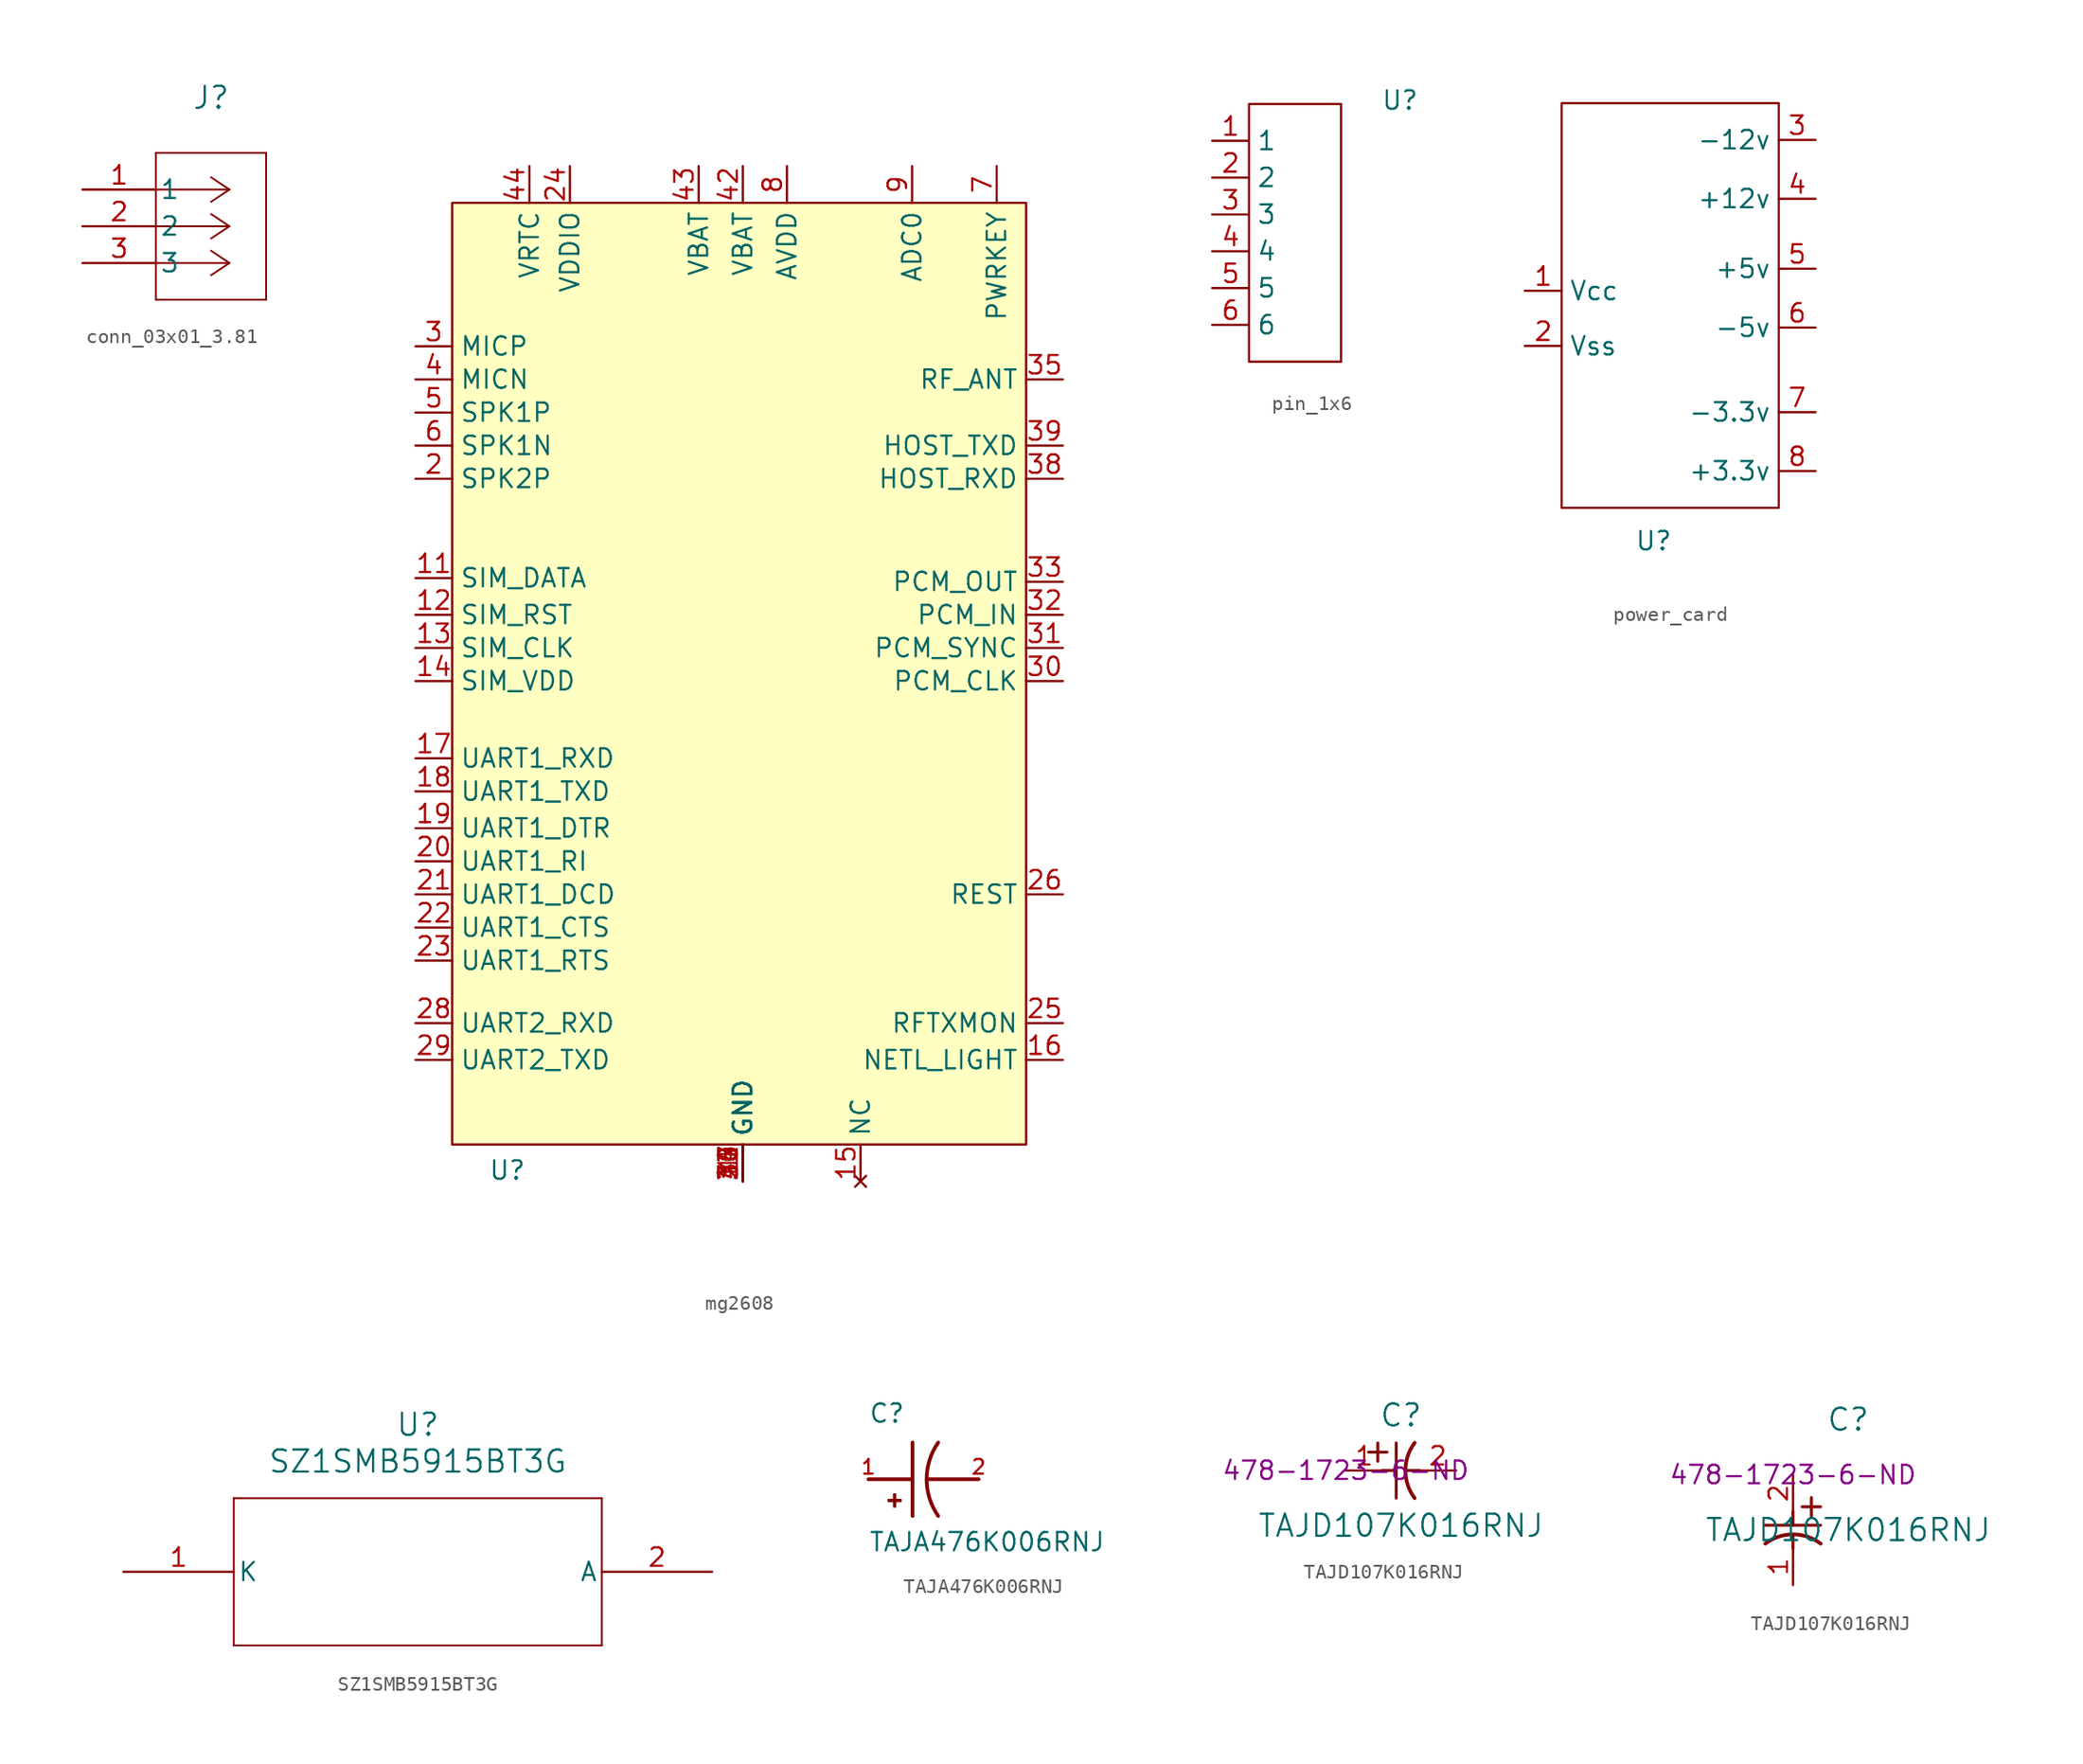
<source format=kicad_sym>
(kicad_symbol_lib
  (version 20231120)
  (generator "kicad_symbol_editor")
  (generator_version "8.0")
  (symbol "conn_03x01_3.81"
    (pin_names
      (offset 0.254))
    (property "Reference" "J"
      (at 8.89 6.35 0)
      (effects (font (size 1.524 1.524))))
    (property "Value" ""
      (at 0 0 0)
      (effects (font (size 1.524 1.524))))
    (symbol "conn_03x01_3.81_0_1"
      (polyline (pts (xy 5.08 -7.62) (xy 12.7 -7.62)) (stroke (width 0.127) (type default)) (fill (type none)))
      (polyline (pts (xy 5.08 2.54) (xy 5.08 -7.62)) (stroke (width 0.127) (type default)) (fill (type none)))
      (polyline (pts (xy 10.16 -5.08) (xy 5.08 -5.08)) (stroke (width 0.127) (type default)) (fill (type none)))
      (polyline (pts (xy 10.16 -5.08) (xy 8.89 -5.927)) (stroke (width 0.127) (type default)) (fill (type none)))
      (polyline (pts (xy 10.16 -5.08) (xy 8.89 -4.233)) (stroke (width 0.127) (type default)) (fill (type none)))
      (polyline (pts (xy 10.16 -2.54) (xy 5.08 -2.54)) (stroke (width 0.127) (type default)) (fill (type none)))
      (polyline (pts (xy 10.16 -2.54) (xy 8.89 -3.387)) (stroke (width 0.127) (type default)) (fill (type none)))
      (polyline (pts (xy 10.16 -2.54) (xy 8.89 -1.693)) (stroke (width 0.127) (type default)) (fill (type none)))
      (polyline (pts (xy 10.16 0) (xy 5.08 0)) (stroke (width 0.127) (type default)) (fill (type none)))
      (polyline (pts (xy 10.16 0) (xy 8.89 -0.847)) (stroke (width 0.127) (type default)) (fill (type none)))
      (polyline (pts (xy 10.16 0) (xy 8.89 0.847)) (stroke (width 0.127) (type default)) (fill (type none)))
      (polyline (pts (xy 12.7 -7.62) (xy 12.7 2.54)) (stroke (width 0.127) (type default)) (fill (type none)))
      (polyline (pts (xy 12.7 2.54) (xy 5.08 2.54)) (stroke (width 0.127) (type default)) (fill (type none)))
      (pin unspecified line (at 0 0 0) (length 5.08) (name "1" (effects (font (size 1.27 1.27)))) (number "1" (effects (font (size 1.27 1.27)))))
      (pin unspecified line (at 0 -2.54 0) (length 5.08) (name "2" (effects (font (size 1.27 1.27)))) (number "2" (effects (font (size 1.27 1.27)))))
      (pin unspecified line (at 0 -5.08 0) (length 5.08) (name "3" (effects (font (size 1.27 1.27)))) (number "3" (effects (font (size 1.27 1.27)))))))
  (symbol "mg2608"
    (property "Reference" "U"
      (at -16.256 -33.782 0)
      (effects (font (size 1.27 1.27))))
    (property "Value" ""
      (at -19.939 -7.747 90)
      (effects (font (size 1.27 1.27))))
    (symbol "mg2608_1_1"
      (rectangle (start -20.066 33.02) (end 19.558 -32.004) (stroke (width 0) (type default)) (fill (type background)))
      (pin input line (at 0 -34.544 90) (length 2.54) (name "GND" (effects (font (size 1.27 1.27)))) (number "1" (effects (font (size 1.27 1.27)))))
      (pin input line (at 0 -34.544 90) (length 2.54) (name "GND" (effects (font (size 1.27 1.27)))) (number "10" (effects (font (size 1.27 1.27)))))
      (pin bidirectional line (at -22.606 7.112 0) (length 2.54) (name "SIM_DATA" (effects (font (size 1.27 1.27)))) (number "11" (effects (font (size 1.27 1.27)))))
      (pin output line (at -22.606 4.572 0) (length 2.54) (name "SIM_RST" (effects (font (size 1.27 1.27)))) (number "12" (effects (font (size 1.27 1.27)))))
      (pin output line (at -22.606 2.286 0) (length 2.54) (name "SIM_CLK" (effects (font (size 1.27 1.27)))) (number "13" (effects (font (size 1.27 1.27)))))
      (pin output line (at -22.606 0 0) (length 2.54) (name "SIM_VDD" (effects (font (size 1.27 1.27)))) (number "14" (effects (font (size 1.27 1.27)))))
      (pin no_connect line (at 8.128 -34.544 90) (length 2.54) (name "NC" (effects (font (size 1.27 1.27)))) (number "15" (effects (font (size 1.27 1.27)))))
      (pin input line (at 22.098 -26.162 180) (length 2.54) (name "NETL_LIGHT" (effects (font (size 1.27 1.27)))) (number "16" (effects (font (size 1.27 1.27)))))
      (pin input line (at -22.606 -5.334 0) (length 2.54) (name "UART1_RXD" (effects (font (size 1.27 1.27)))) (number "17" (effects (font (size 1.27 1.27)))))
      (pin output line (at -22.606 -7.62 0) (length 2.54) (name "UART1_TXD" (effects (font (size 1.27 1.27)))) (number "18" (effects (font (size 1.27 1.27)))))
      (pin input line (at -22.606 -10.16 0) (length 2.54) (name "UART1_DTR" (effects (font (size 1.27 1.27)))) (number "19" (effects (font (size 1.27 1.27)))))
      (pin output line (at -22.606 13.97 0) (length 2.54) (name "SPK2P" (effects (font (size 1.27 1.27)))) (number "2" (effects (font (size 1.27 1.27)))))
      (pin output line (at -22.606 -12.446 0) (length 2.54) (name "UART1_RI" (effects (font (size 1.27 1.27)))) (number "20" (effects (font (size 1.27 1.27)))))
      (pin output line (at -22.606 -14.732 0) (length 2.54) (name "UART1_DCD" (effects (font (size 1.27 1.27)))) (number "21" (effects (font (size 1.27 1.27)))))
      (pin output line (at -22.606 -17.018 0) (length 2.54) (name "UART1_CTS" (effects (font (size 1.27 1.27)))) (number "22" (effects (font (size 1.27 1.27)))))
      (pin input line (at -22.606 -19.304 0) (length 2.54) (name "UART1_RTS" (effects (font (size 1.27 1.27)))) (number "23" (effects (font (size 1.27 1.27)))))
      (pin output line (at -11.938 35.56 270) (length 2.54) (name "VDDIO" (effects (font (size 1.27 1.27)))) (number "24" (effects (font (size 1.27 1.27)))))
      (pin input line (at 22.098 -23.622 180) (length 2.54) (name "RFTXMON" (effects (font (size 1.27 1.27)))) (number "25" (effects (font (size 1.27 1.27)))))
      (pin input line (at 22.098 -14.732 180) (length 2.54) (name "REST" (effects (font (size 1.27 1.27)))) (number "26" (effects (font (size 1.27 1.27)))))
      (pin input line (at 0 -34.544 90) (length 2.54) (name "GND" (effects (font (size 1.27 1.27)))) (number "27" (effects (font (size 1.27 1.27)))))
      (pin input line (at -22.606 -23.622 0) (length 2.54) (name "UART2_RXD" (effects (font (size 1.27 1.27)))) (number "28" (effects (font (size 1.27 1.27)))))
      (pin output line (at -22.606 -26.162 0) (length 2.54) (name "UART2_TXD" (effects (font (size 1.27 1.27)))) (number "29" (effects (font (size 1.27 1.27)))))
      (pin input line (at -22.606 23.114 0) (length 2.54) (name "MICP" (effects (font (size 1.27 1.27)))) (number "3" (effects (font (size 1.27 1.27)))))
      (pin output line (at 22.098 0 180) (length 2.54) (name "PCM_CLK" (effects (font (size 1.27 1.27)))) (number "30" (effects (font (size 1.27 1.27)))))
      (pin output line (at 22.098 2.286 180) (length 2.54) (name "PCM_SYNC" (effects (font (size 1.27 1.27)))) (number "31" (effects (font (size 1.27 1.27)))))
      (pin input line (at 22.098 4.572 180) (length 2.54) (name "PCM_IN" (effects (font (size 1.27 1.27)))) (number "32" (effects (font (size 1.27 1.27)))))
      (pin output line (at 22.098 6.858 180) (length 2.54) (name "PCM_OUT" (effects (font (size 1.27 1.27)))) (number "33" (effects (font (size 1.27 1.27)))))
      (pin input line (at 0 -34.544 90) (length 2.54) (name "GND" (effects (font (size 1.27 1.27)))) (number "34" (effects (font (size 1.27 1.27)))))
      (pin bidirectional line (at 22.098 20.828 180) (length 2.54) (name "RF_ANT" (effects (font (size 1.27 1.27)))) (number "35" (effects (font (size 1.27 1.27)))))
      (pin input line (at 0 -34.544 90) (length 2.54) (name "GND" (effects (font (size 1.27 1.27)))) (number "36" (effects (font (size 1.27 1.27)))))
      (pin input line (at 0 -34.544 90) (length 2.54) (name "GND" (effects (font (size 1.27 1.27)))) (number "37" (effects (font (size 1.27 1.27)))))
      (pin input line (at 22.098 13.97 180) (length 2.54) (name "HOST_RXD" (effects (font (size 1.27 1.27)))) (number "38" (effects (font (size 1.27 1.27)))))
      (pin input line (at 22.098 16.256 180) (length 2.54) (name "HOST_TXD" (effects (font (size 1.27 1.27)))) (number "39" (effects (font (size 1.27 1.27)))))
      (pin input line (at -22.606 20.828 0) (length 2.54) (name "MICN" (effects (font (size 1.27 1.27)))) (number "4" (effects (font (size 1.27 1.27)))))
      (pin input line (at 0 -34.544 90) (length 2.54) (name "GND" (effects (font (size 1.27 1.27)))) (number "40" (effects (font (size 1.27 1.27)))))
      (pin input line (at 0 -34.544 90) (length 2.54) (name "GND" (effects (font (size 1.27 1.27)))) (number "41" (effects (font (size 1.27 1.27)))))
      (pin input line (at 0 35.56 270) (length 2.54) (name "VBAT" (effects (font (size 1.27 1.27)))) (number "42" (effects (font (size 1.27 1.27)))))
      (pin input line (at -3.048 35.56 270) (length 2.54) (name "VBAT" (effects (font (size 1.27 1.27)))) (number "43" (effects (font (size 1.27 1.27)))))
      (pin output line (at -14.732 35.56 270) (length 2.54) (name "VRTC" (effects (font (size 1.27 1.27)))) (number "44" (effects (font (size 1.27 1.27)))))
      (pin output line (at -22.606 18.542 0) (length 2.54) (name "SPK1P" (effects (font (size 1.27 1.27)))) (number "5" (effects (font (size 1.27 1.27)))))
      (pin output line (at -22.606 16.256 0) (length 2.54) (name "SPK1N" (effects (font (size 1.27 1.27)))) (number "6" (effects (font (size 1.27 1.27)))))
      (pin input line (at 17.526 35.56 270) (length 2.54) (name "PWRKEY" (effects (font (size 1.27 1.27)))) (number "7" (effects (font (size 1.27 1.27)))))
      (pin output line (at 3.048 35.56 270) (length 2.54) (name "AVDD" (effects (font (size 1.27 1.27)))) (number "8" (effects (font (size 1.27 1.27)))))
      (pin input line (at 11.684 35.56 270) (length 2.54) (name "ADC0" (effects (font (size 1.27 1.27)))) (number "9" (effects (font (size 1.27 1.27)))))))
  (symbol "pin_1x6"
    (property "Reference" "U"
      (at 12.954 18.034 0)
      (effects (font (size 1.27 1.27))))
    (property "Value" ""
      (at 5.334 7.112 0)
      (effects (font (size 1.27 1.27))))
    (symbol "pin_1x6_0_1"
      (rectangle (start 2.54 17.78) (end 8.89 0) (stroke (width 0) (type default)) (fill (type none))))
    (symbol "pin_1x6_1_1"
      (pin free line (at 0 15.24 0) (length 2.54) (name "1" (effects (font (size 1.27 1.27)))) (number "1" (effects (font (size 1.27 1.27)))))
      (pin free line (at 0 12.7 0) (length 2.54) (name "2" (effects (font (size 1.27 1.27)))) (number "2" (effects (font (size 1.27 1.27)))))
      (pin free line (at 0 10.16 0) (length 2.54) (name "3" (effects (font (size 1.27 1.27)))) (number "3" (effects (font (size 1.27 1.27)))))
      (pin free line (at 0 7.62 0) (length 2.54) (name "4" (effects (font (size 1.27 1.27)))) (number "4" (effects (font (size 1.27 1.27)))))
      (pin free line (at 0 5.08 0) (length 2.54) (name "5" (effects (font (size 1.27 1.27)))) (number "5" (effects (font (size 1.27 1.27)))))
      (pin free line (at 0 2.54 0) (length 2.54) (name "6" (effects (font (size 1.27 1.27)))) (number "6" (effects (font (size 1.27 1.27)))))))
  (symbol "power_card"
    (property "Reference" "U"
      (at 0 -13.97 0)
      (effects (font (size 1.27 1.27))))
    (property "Value" ""
      (at 0.762 -6.858 0)
      (effects (font (size 1.27 1.27))))
    (symbol "power_card_0_1"
      (rectangle (start -6.35 16.256) (end 8.636 -11.684) (stroke (width 0) (type default)) (fill (type none))))
    (symbol "power_card_1_1"
      (pin power_in line (at -8.89 3.302 0) (length 2.54) (name "Vcc" (effects (font (size 1.27 1.27)))) (number "1" (effects (font (size 1.27 1.27)))))
      (pin power_in line (at -8.89 -0.508 0) (length 2.54) (name "Vss" (effects (font (size 1.27 1.27)))) (number "2" (effects (font (size 1.27 1.27)))))
      (pin power_out line (at 11.176 13.716 180) (length 2.54) (name "-12v" (effects (font (size 1.27 1.27)))) (number "3" (effects (font (size 1.27 1.27)))))
      (pin power_out line (at 11.176 9.652 180) (length 2.54) (name "+12v" (effects (font (size 1.27 1.27)))) (number "4" (effects (font (size 1.27 1.27)))))
      (pin power_out line (at 11.176 4.826 180) (length 2.54) (name "+5v" (effects (font (size 1.27 1.27)))) (number "5" (effects (font (size 1.27 1.27)))))
      (pin power_out line (at 11.176 0.762 180) (length 2.54) (name "-5v" (effects (font (size 1.27 1.27)))) (number "6" (effects (font (size 1.27 1.27)))))
      (pin power_out line (at 11.176 -5.08 180) (length 2.54) (name "-3.3v" (effects (font (size 1.27 1.27)))) (number "7" (effects (font (size 1.27 1.27)))))
      (pin power_out line (at 11.176 -9.144 180) (length 2.54) (name "+3.3v" (effects (font (size 1.27 1.27)))) (number "8" (effects (font (size 1.27 1.27)))))))
  (symbol "SZ1SMB5915BT3G"
    (pin_names
      (offset 0.254))
    (property "Reference" "U"
      (at 20.32 10.16 0)
      (effects (font (size 1.524 1.524))))
    (property "Value" "SZ1SMB5915BT3G"
      (at 20.32 7.62 0)
      (effects (font (size 1.524 1.524))))
    (property "ki_locked" ""
      (at 0 0 0)
      (effects (font (size 1.27 1.27))))
    (symbol "SZ1SMB5915BT3G_0_1"
      (polyline (pts (xy 7.62 -5.08) (xy 33.02 -5.08)) (stroke (width 0.127) (type default)) (fill (type none)))
      (polyline (pts (xy 7.62 5.08) (xy 7.62 -5.08)) (stroke (width 0.127) (type default)) (fill (type none)))
      (polyline (pts (xy 33.02 -5.08) (xy 33.02 5.08)) (stroke (width 0.127) (type default)) (fill (type none)))
      (polyline (pts (xy 33.02 5.08) (xy 7.62 5.08)) (stroke (width 0.127) (type default)) (fill (type none)))
      (pin unspecified line (at 0 0 0) (length 7.62) (name "K" (effects (font (size 1.27 1.27)))) (number "1" (effects (font (size 1.27 1.27)))))
      (pin unspecified line (at 40.64 0 180) (length 7.62) (name "A" (effects (font (size 1.27 1.27)))) (number "2" (effects (font (size 1.27 1.27)))))))
  (symbol "TAJA476K006RNJ"
    (pin_names
      (offset 1.016))
    (property "Reference" "C"
      (at -5.08 3.81 0)
      (effects (font (size 1.27 1.27)) (justify left bottom)))
    (property "Value" "TAJA476K006RNJ"
      (at -5.08 -5.08 0)
      (effects (font (size 1.27 1.27)) (justify left bottom)))
    (symbol "TAJA476K006RNJ_0_0"
      (rectangle (start -3.713 -1.532) (end -2.824 -1.405) (stroke (width 0.1) (type default)) (fill (type outline)))
      (rectangle (start -3.332 -1.913) (end -3.205 -1.024) (stroke (width 0.1) (type default)) (fill (type outline)))
      (arc (start -0.254 2.54) (mid -1.0549 0) (end -0.254 -2.54) (stroke (width 0.254) (type default)) (fill (type none)))
      (polyline (pts (xy -5.08 0) (xy -2.032 0)) (stroke (width 0.254) (type default)) (fill (type none)))
      (polyline (pts (xy -2.032 2.54) (xy -2.032 -2.54)) (stroke (width 0.254) (type default)) (fill (type none)))
      (polyline (pts (xy -1.016 0) (xy 2.54 0)) (stroke (width 0.254) (type default)) (fill (type none)))
      (pin passive line (at -5.08 0 0) (length 0) (name "~" (effects (font (size 1.016 1.016)))) (number "1" (effects (font (size 1.016 1.016)))))
      (pin passive line (at 2.54 0 180) (length 0) (name "~" (effects (font (size 1.016 1.016)))) (number "2" (effects (font (size 1.016 1.016)))))))
  (symbol "TAJD107K016RNJ"
    (pin_names
      (offset 0.254))
    (property "Reference" "C"
      (at 3.81 3.81 0)
      (effects (font (size 1.524 1.524))))
    (property "Value" "TAJD107K016RNJ"
      (at 3.81 -3.81 0)
      (effects (font (size 1.524 1.524))))
    (property "DigiKey" "478-1723-6-ND"
      (at 0 0 0)
      (effects (font (size 1.27 1.27))))
    (symbol "TAJD107K016RNJ_1_1"
      (polyline (pts (xy 1.575 1.27) (xy 2.845 1.27)) (stroke (width 0.203) (type default)) (fill (type none)))
      (polyline (pts (xy 2.21 0.635) (xy 2.21 1.905)) (stroke (width 0.203) (type default)) (fill (type none)))
      (polyline (pts (xy 2.54 0) (xy 3.48 0)) (stroke (width 0.203) (type default)) (fill (type none)))
      (polyline (pts (xy 3.48 -1.905) (xy 3.48 1.905)) (stroke (width 0.203) (type default)) (fill (type none)))
      (polyline (pts (xy 4.115 0) (xy 5.08 0)) (stroke (width 0.203) (type default)) (fill (type none)))
      (arc (start 4.7541 1.9108) (mid 4.1148 0) (end 4.7541 -1.9108) (stroke (width 0.254) (type default)) (fill (type none)))
      (pin unspecified line (at 0 0 0) (length 2.54) (name "" (effects (font (size 1.27 1.27)))) (number "1" (effects (font (size 1.27 1.27)))))
      (pin unspecified line (at 7.62 0 180) (length 2.54) (name "" (effects (font (size 1.27 1.27)))) (number "2" (effects (font (size 1.27 1.27))))))
    (symbol "TAJD107K016RNJ_1_2"
      (polyline (pts (xy -1.905 -3.48) (xy 1.905 -3.48)) (stroke (width 0.203) (type default)) (fill (type none)))
      (polyline (pts (xy 0 -4.115) (xy 0 -5.08)) (stroke (width 0.203) (type default)) (fill (type none)))
      (polyline (pts (xy 0 -2.54) (xy 0 -3.48)) (stroke (width 0.203) (type default)) (fill (type none)))
      (polyline (pts (xy 0.635 -2.21) (xy 1.905 -2.21)) (stroke (width 0.203) (type default)) (fill (type none)))
      (polyline (pts (xy 1.27 -1.575) (xy 1.27 -2.845)) (stroke (width 0.203) (type default)) (fill (type none)))
      (arc (start 1.9108 -4.7541) (mid 0 -4.1148) (end -1.9108 -4.7541) (stroke (width 0.254) (type default)) (fill (type none)))
      (pin unspecified line (at 0 -7.62 90) (length 2.54) (name "" (effects (font (size 1.27 1.27)))) (number "1" (effects (font (size 1.27 1.27)))))
      (pin unspecified line (at 0 0 270) (length 2.54) (name "" (effects (font (size 1.27 1.27)))) (number "2" (effects (font (size 1.27 1.27))))))))
</source>
